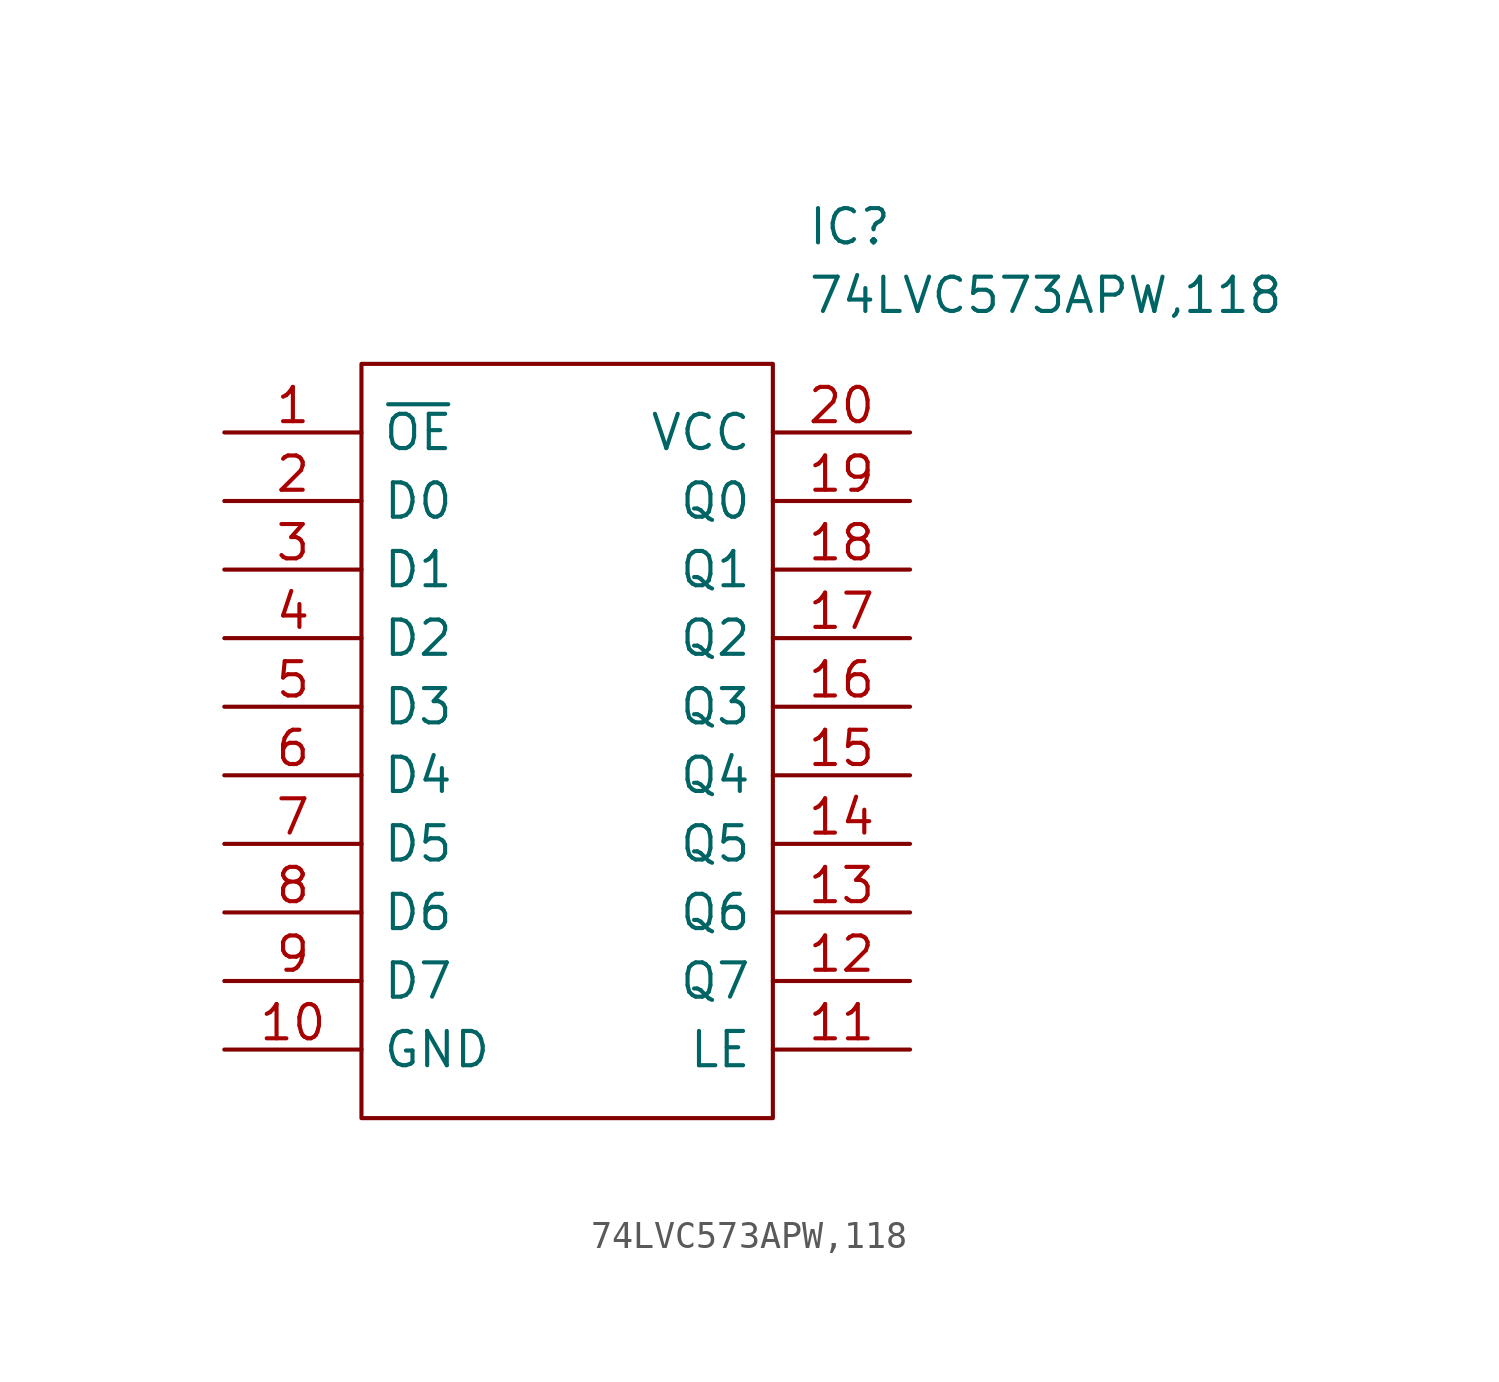
<source format=kicad_sym>
(kicad_symbol_lib
  (version 20231120)
  (generator "kicad_symbol_editor")
  (generator_version "8.0")
  (symbol "74LVC573APW,118"
    (pin_names
      (offset 0.762))
    (property "Reference" "IC"
      (at 21.59 7.62 0)
      (effects (font (size 1.27 1.27)) (justify left)))
    (property "Value" "74LVC573APW,118"
      (at 21.59 5.08 0)
      (effects (font (size 1.27 1.27)) (justify left)))
    (symbol "74LVC573APW,118_0_0"
      (pin passive line (at 0 0 0) (length 5.08) (name "~{OE}" (effects (font (size 1.27 1.27)))) (number "1" (effects (font (size 1.27 1.27)))))
      (pin passive line (at 0 -22.86 0) (length 5.08) (name "GND" (effects (font (size 1.27 1.27)))) (number "10" (effects (font (size 1.27 1.27)))))
      (pin passive line (at 25.4 -22.86 180) (length 5.08) (name "LE" (effects (font (size 1.27 1.27)))) (number "11" (effects (font (size 1.27 1.27)))))
      (pin passive line (at 25.4 -20.32 180) (length 5.08) (name "Q7" (effects (font (size 1.27 1.27)))) (number "12" (effects (font (size 1.27 1.27)))))
      (pin passive line (at 25.4 -17.78 180) (length 5.08) (name "Q6" (effects (font (size 1.27 1.27)))) (number "13" (effects (font (size 1.27 1.27)))))
      (pin passive line (at 25.4 -15.24 180) (length 5.08) (name "Q5" (effects (font (size 1.27 1.27)))) (number "14" (effects (font (size 1.27 1.27)))))
      (pin passive line (at 25.4 -12.7 180) (length 5.08) (name "Q4" (effects (font (size 1.27 1.27)))) (number "15" (effects (font (size 1.27 1.27)))))
      (pin passive line (at 25.4 -10.16 180) (length 5.08) (name "Q3" (effects (font (size 1.27 1.27)))) (number "16" (effects (font (size 1.27 1.27)))))
      (pin passive line (at 25.4 -7.62 180) (length 5.08) (name "Q2" (effects (font (size 1.27 1.27)))) (number "17" (effects (font (size 1.27 1.27)))))
      (pin passive line (at 25.4 -5.08 180) (length 5.08) (name "Q1" (effects (font (size 1.27 1.27)))) (number "18" (effects (font (size 1.27 1.27)))))
      (pin passive line (at 25.4 -2.54 180) (length 5.08) (name "Q0" (effects (font (size 1.27 1.27)))) (number "19" (effects (font (size 1.27 1.27)))))
      (pin passive line (at 0 -2.54 0) (length 5.08) (name "D0" (effects (font (size 1.27 1.27)))) (number "2" (effects (font (size 1.27 1.27)))))
      (pin passive line (at 25.4 0 180) (length 5.08) (name "VCC" (effects (font (size 1.27 1.27)))) (number "20" (effects (font (size 1.27 1.27)))))
      (pin passive line (at 0 -5.08 0) (length 5.08) (name "D1" (effects (font (size 1.27 1.27)))) (number "3" (effects (font (size 1.27 1.27)))))
      (pin passive line (at 0 -7.62 0) (length 5.08) (name "D2" (effects (font (size 1.27 1.27)))) (number "4" (effects (font (size 1.27 1.27)))))
      (pin passive line (at 0 -10.16 0) (length 5.08) (name "D3" (effects (font (size 1.27 1.27)))) (number "5" (effects (font (size 1.27 1.27)))))
      (pin passive line (at 0 -12.7 0) (length 5.08) (name "D4" (effects (font (size 1.27 1.27)))) (number "6" (effects (font (size 1.27 1.27)))))
      (pin passive line (at 0 -15.24 0) (length 5.08) (name "D5" (effects (font (size 1.27 1.27)))) (number "7" (effects (font (size 1.27 1.27)))))
      (pin passive line (at 0 -17.78 0) (length 5.08) (name "D6" (effects (font (size 1.27 1.27)))) (number "8" (effects (font (size 1.27 1.27)))))
      (pin passive line (at 0 -20.32 0) (length 5.08) (name "D7" (effects (font (size 1.27 1.27)))) (number "9" (effects (font (size 1.27 1.27))))))
    (symbol "74LVC573APW,118_0_1"
      (polyline (pts (xy 5.08 2.54) (xy 20.32 2.54) (xy 20.32 -25.4) (xy 5.08 -25.4) (xy 5.08 2.54)) (stroke (width 0.152) (type solid)) (fill (type none))))))
</source>
